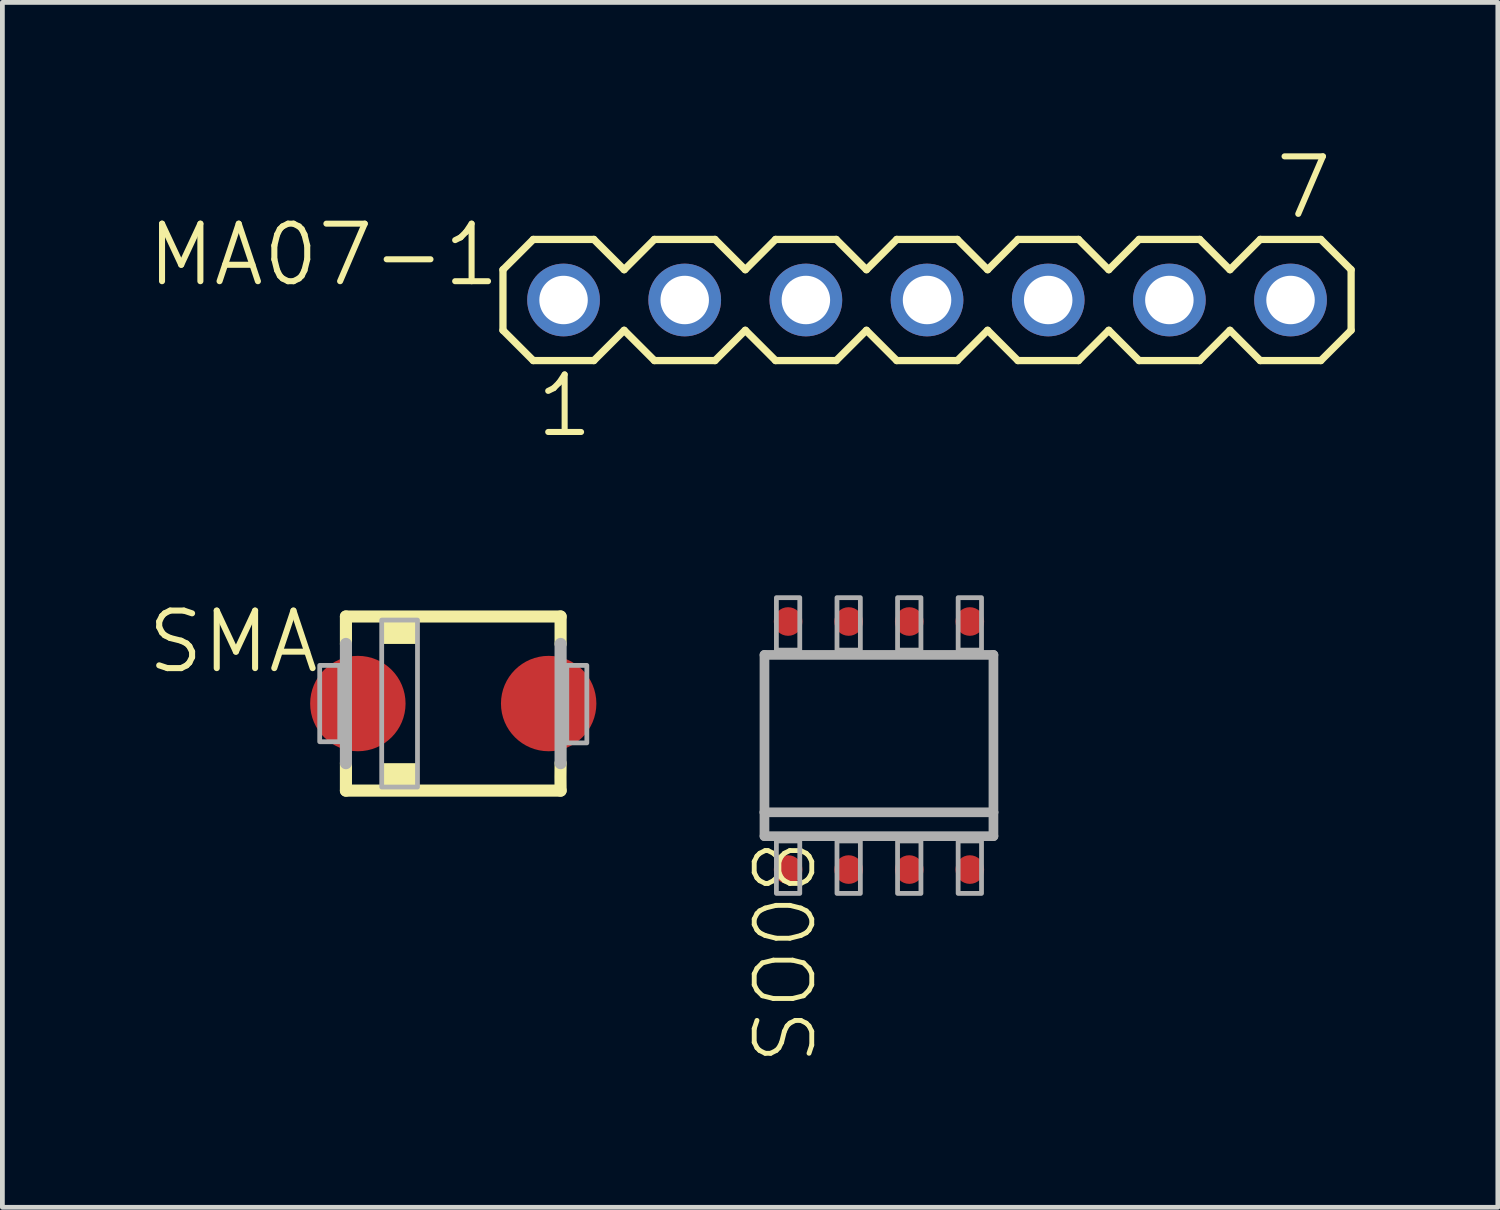
<source format=kicad_pcb>
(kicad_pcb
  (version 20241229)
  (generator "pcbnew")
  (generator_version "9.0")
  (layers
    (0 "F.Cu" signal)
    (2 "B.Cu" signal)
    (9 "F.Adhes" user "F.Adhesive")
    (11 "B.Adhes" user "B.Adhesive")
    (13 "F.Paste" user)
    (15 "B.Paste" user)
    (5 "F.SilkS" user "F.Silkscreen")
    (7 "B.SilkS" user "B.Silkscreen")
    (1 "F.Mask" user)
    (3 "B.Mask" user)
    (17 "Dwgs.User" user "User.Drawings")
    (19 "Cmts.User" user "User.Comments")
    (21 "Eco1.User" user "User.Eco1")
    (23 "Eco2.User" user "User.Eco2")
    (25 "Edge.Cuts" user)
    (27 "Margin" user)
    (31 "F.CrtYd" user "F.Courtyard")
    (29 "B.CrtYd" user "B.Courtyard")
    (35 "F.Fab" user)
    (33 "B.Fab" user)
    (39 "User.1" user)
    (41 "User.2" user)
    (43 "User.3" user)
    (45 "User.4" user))
  (footprint "SMA"
    (layer "F.Cu")
    (at 6.452 11.699)
    (property "Reference" "SMA" (at -2.75 -2 0) (layer "F.SilkS") (effects (font (size 1.206 1.206) (thickness 0.127)) (justify right top)))
    (attr through_hole)
    (fp_line (start -2.25 -1.825) (end -2.25 -1.25) (stroke (width 0.254) (type solid)) (layer "F.SilkS"))
    (fp_line (start -2.25 -1.825) (end 2.25 -1.825) (stroke (width 0.254) (type solid)) (layer "F.SilkS"))
    (fp_line (start -2.25 1.825) (end -2.25 1.25) (stroke (width 0.254) (type solid)) (layer "F.SilkS"))
    (fp_line (start 2.25 -1.825) (end 2.25 -1.25) (stroke (width 0.254) (type solid)) (layer "F.SilkS"))
    (fp_line (start 2.25 1.825) (end -2.25 1.825) (stroke (width 0.254) (type solid)) (layer "F.SilkS"))
    (fp_arc (start 2.25 1.825) (mid 2.247611 1.5375) (end 2.25 1.25) (stroke (width 0.254) (type solid)) (layer "F.SilkS"))
    (fp_poly (pts (xy -1.5 -1.25) (xy -0.75 -1.25) (xy -0.75 -1.75) (xy -1.5 -1.75)) (stroke (width 0) (type solid)) (fill yes) (layer "F.SilkS"))
    (fp_poly (pts (xy -1.5 1.75) (xy -0.75 1.75) (xy -0.75 1.25) (xy -1.5 1.25)) (stroke (width 0) (type solid)) (fill yes) (layer "F.SilkS"))
    (fp_line (start -2.25 1.25) (end -2.25 -1.25) (stroke (width 0.254) (type solid)) (layer "F.Fab"))
    (fp_line (start 2.25 -1.25) (end 2.25 1.25) (stroke (width 0.254) (type solid)) (layer "F.Fab"))
    (fp_poly (pts (xy -2.8 0.8) (xy -2.38 0.8) (xy -2.38 -0.8) (xy -2.8 -0.8)) (stroke (width 0.1) (type solid)) (fill no) (layer "F.Fab"))
    (fp_poly (pts (xy -1.5 1.75) (xy -0.75 1.75) (xy -0.75 -1.75) (xy -1.5 -1.75)) (stroke (width 0.1) (type solid)) (fill no) (layer "F.Fab"))
    (fp_poly (pts (xy 2.38 0.825) (xy 2.8 0.825) (xy 2.8 -0.8) (xy 2.38 -0.8)) (stroke (width 0.1) (type solid)) (fill no) (layer "F.Fab"))
    (pad "A" smd circle (at 2 0) (size 2 2) (layers "F.Cu" "F.Mask" "F.Paste"))
    (pad "C" smd circle (at -2 0) (size 2 2) (layers "F.Cu" "F.Mask" "F.Paste")))
  (footprint "MA07-1"
    (layer "F.Cu")
    (at 16.384 3.239)
    (property "Reference" "MA07-1" (at -8.89 -1.651 0) (layer "F.SilkS") (effects (font (size 1.206 1.206) (thickness 0.127)) (justify right top)))
    (attr through_hole)
    (fp_line (start -8.89 -0.635) (end -8.89 0.635) (stroke (width 0.152) (type solid)) (layer "F.SilkS"))
    (fp_line (start -8.89 0.635) (end -8.255 1.27) (stroke (width 0.152) (type solid)) (layer "F.SilkS"))
    (fp_line (start -8.255 -1.27) (end -8.89 -0.635) (stroke (width 0.152) (type solid)) (layer "F.SilkS"))
    (fp_line (start -8.255 -1.27) (end -6.985 -1.27) (stroke (width 0.152) (type solid)) (layer "F.SilkS"))
    (fp_line (start -6.985 -1.27) (end -6.35 -0.635) (stroke (width 0.152) (type solid)) (layer "F.SilkS"))
    (fp_line (start -6.985 1.27) (end -8.255 1.27) (stroke (width 0.152) (type solid)) (layer "F.SilkS"))
    (fp_line (start -6.35 -0.635) (end -5.715 -1.27) (stroke (width 0.152) (type solid)) (layer "F.SilkS"))
    (fp_line (start -6.35 0.635) (end -6.985 1.27) (stroke (width 0.152) (type solid)) (layer "F.SilkS"))
    (fp_line (start -5.715 -1.27) (end -4.445 -1.27) (stroke (width 0.152) (type solid)) (layer "F.SilkS"))
    (fp_line (start -5.715 1.27) (end -6.35 0.635) (stroke (width 0.152) (type solid)) (layer "F.SilkS"))
    (fp_line (start -4.445 -1.27) (end -3.81 -0.635) (stroke (width 0.152) (type solid)) (layer "F.SilkS"))
    (fp_line (start -4.445 1.27) (end -5.715 1.27) (stroke (width 0.152) (type solid)) (layer "F.SilkS"))
    (fp_line (start -3.81 -0.635) (end -3.175 -1.27) (stroke (width 0.152) (type solid)) (layer "F.SilkS"))
    (fp_line (start -3.81 0.635) (end -4.445 1.27) (stroke (width 0.152) (type solid)) (layer "F.SilkS"))
    (fp_line (start -3.175 -1.27) (end -1.905 -1.27) (stroke (width 0.152) (type solid)) (layer "F.SilkS"))
    (fp_line (start -3.175 1.27) (end -3.81 0.635) (stroke (width 0.152) (type solid)) (layer "F.SilkS"))
    (fp_line (start -1.905 -1.27) (end -1.27 -0.635) (stroke (width 0.152) (type solid)) (layer "F.SilkS"))
    (fp_line (start -1.905 1.27) (end -3.175 1.27) (stroke (width 0.152) (type solid)) (layer "F.SilkS"))
    (fp_line (start -1.27 0.635) (end -1.905 1.27) (stroke (width 0.152) (type solid)) (layer "F.SilkS"))
    (fp_line (start -1.27 0.635) (end -0.635 1.27) (stroke (width 0.152) (type solid)) (layer "F.SilkS"))
    (fp_line (start -0.635 -1.27) (end -1.27 -0.635) (stroke (width 0.152) (type solid)) (layer "F.SilkS"))
    (fp_line (start -0.635 -1.27) (end 0.635 -1.27) (stroke (width 0.152) (type solid)) (layer "F.SilkS"))
    (fp_line (start 0.635 -1.27) (end 1.27 -0.635) (stroke (width 0.152) (type solid)) (layer "F.SilkS"))
    (fp_line (start 0.635 1.27) (end -0.635 1.27) (stroke (width 0.152) (type solid)) (layer "F.SilkS"))
    (fp_line (start 1.27 -0.635) (end 1.905 -1.27) (stroke (width 0.152) (type solid)) (layer "F.SilkS"))
    (fp_line (start 1.27 0.635) (end 0.635 1.27) (stroke (width 0.152) (type solid)) (layer "F.SilkS"))
    (fp_line (start 1.905 -1.27) (end 3.175 -1.27) (stroke (width 0.152) (type solid)) (layer "F.SilkS"))
    (fp_line (start 1.905 1.27) (end 1.27 0.635) (stroke (width 0.152) (type solid)) (layer "F.SilkS"))
    (fp_line (start 3.175 -1.27) (end 3.81 -0.635) (stroke (width 0.152) (type solid)) (layer "F.SilkS"))
    (fp_line (start 3.175 1.27) (end 1.905 1.27) (stroke (width 0.152) (type solid)) (layer "F.SilkS"))
    (fp_line (start 3.81 -0.635) (end 4.445 -1.27) (stroke (width 0.152) (type solid)) (layer "F.SilkS"))
    (fp_line (start 3.81 0.635) (end 3.175 1.27) (stroke (width 0.152) (type solid)) (layer "F.SilkS"))
    (fp_line (start 4.445 -1.27) (end 5.715 -1.27) (stroke (width 0.152) (type solid)) (layer "F.SilkS"))
    (fp_line (start 4.445 1.27) (end 3.81 0.635) (stroke (width 0.152) (type solid)) (layer "F.SilkS"))
    (fp_line (start 5.715 -1.27) (end 6.35 -0.635) (stroke (width 0.152) (type solid)) (layer "F.SilkS"))
    (fp_line (start 5.715 1.27) (end 4.445 1.27) (stroke (width 0.152) (type solid)) (layer "F.SilkS"))
    (fp_line (start 6.35 0.635) (end 5.715 1.27) (stroke (width 0.152) (type solid)) (layer "F.SilkS"))
    (fp_line (start 6.35 0.635) (end 6.985 1.27) (stroke (width 0.152) (type solid)) (layer "F.SilkS"))
    (fp_line (start 6.985 -1.27) (end 6.35 -0.635) (stroke (width 0.152) (type solid)) (layer "F.SilkS"))
    (fp_line (start 6.985 -1.27) (end 8.255 -1.27) (stroke (width 0.152) (type solid)) (layer "F.SilkS"))
    (fp_line (start 8.255 -1.27) (end 8.89 -0.635) (stroke (width 0.152) (type solid)) (layer "F.SilkS"))
    (fp_line (start 8.255 1.27) (end 6.985 1.27) (stroke (width 0.152) (type solid)) (layer "F.SilkS"))
    (fp_line (start 8.89 -0.635) (end 8.89 0.635) (stroke (width 0.152) (type solid)) (layer "F.SilkS"))
    (fp_line (start 8.89 0.635) (end 8.255 1.27) (stroke (width 0.152) (type solid)) (layer "F.SilkS"))
    (fp_poly (pts (xy -7.874 0.254) (xy -7.366 0.254) (xy -7.366 -0.254) (xy -7.874 -0.254)) (stroke (width 0.1) (type solid)) (fill no) (layer "F.Fab"))
    (fp_poly (pts (xy -5.334 0.254) (xy -4.826 0.254) (xy -4.826 -0.254) (xy -5.334 -0.254)) (stroke (width 0.1) (type solid)) (fill no) (layer "F.Fab"))
    (fp_poly (pts (xy -2.794 0.254) (xy -2.286 0.254) (xy -2.286 -0.254) (xy -2.794 -0.254)) (stroke (width 0.1) (type solid)) (fill no) (layer "F.Fab"))
    (fp_poly (pts (xy -0.254 0.254) (xy 0.254 0.254) (xy 0.254 -0.254) (xy -0.254 -0.254)) (stroke (width 0.1) (type solid)) (fill no) (layer "F.Fab"))
    (fp_poly (pts (xy 2.286 0.254) (xy 2.794 0.254) (xy 2.794 -0.254) (xy 2.286 -0.254)) (stroke (width 0.1) (type solid)) (fill no) (layer "F.Fab"))
    (fp_poly (pts (xy 4.826 0.254) (xy 5.334 0.254) (xy 5.334 -0.254) (xy 4.826 -0.254)) (stroke (width 0.1) (type solid)) (fill no) (layer "F.Fab"))
    (fp_poly (pts (xy 7.366 0.254) (xy 7.874 0.254) (xy 7.874 -0.254) (xy 7.366 -0.254)) (stroke (width 0.1) (type solid)) (fill no) (layer "F.Fab"))
    (fp_text user "7" (at 7.239 -1.651 0) (layer "F.SilkS") (effects (font (size 1.206 1.206) (thickness 0.127)) (justify left bottom)))
    (fp_text user "1" (at -8.255 2.921 0) (layer "F.SilkS") (effects (font (size 1.206 1.206) (thickness 0.127)) (justify left bottom)))
    (pad "1" thru_hole circle (at -7.62 0 90) (size 1.524 1.524) (drill 1.016) (layers "*.Cu" "*.Mask"))
    (pad "2" thru_hole circle (at -5.08 0 90) (size 1.524 1.524) (drill 1.016) (layers "*.Cu" "*.Mask"))
    (pad "3" thru_hole circle (at -2.54 0 90) (size 1.524 1.524) (drill 1.016) (layers "*.Cu" "*.Mask"))
    (pad "4" thru_hole circle (at 0 0 90) (size 1.524 1.524) (drill 1.016) (layers "*.Cu" "*.Mask"))
    (pad "5" thru_hole circle (at 2.54 0 90) (size 1.524 1.524) (drill 1.016) (layers "*.Cu" "*.Mask"))
    (pad "6" thru_hole circle (at 5.08 0 90) (size 1.524 1.524) (drill 1.016) (layers "*.Cu" "*.Mask"))
    (pad "7" thru_hole circle (at 7.62 0 90) (size 1.524 1.524) (drill 1.016) (layers "*.Cu" "*.Mask")))
  (footprint "SO08"
    (layer "F.Cu")
    (at 15.376 12.579)
    (property "Reference" "SO08" (at -2.667 1.905 90) (layer "F.SilkS") (effects (font (size 1.206 1.206) (thickness 0.102)) (justify right top)))
    (attr through_hole)
    (fp_line (start -2.4 -1.9) (end 2.4 -1.9) (stroke (width 0.203) (type solid)) (layer "F.Fab"))
    (fp_line (start -2.4 1.4) (end -2.4 -1.9) (stroke (width 0.203) (type solid)) (layer "F.Fab"))
    (fp_line (start -2.4 1.9) (end -2.4 1.4) (stroke (width 0.203) (type solid)) (layer "F.Fab"))
    (fp_line (start 2.4 -1.9) (end 2.4 1.4) (stroke (width 0.203) (type solid)) (layer "F.Fab"))
    (fp_line (start 2.4 1.4) (end -2.4 1.4) (stroke (width 0.203) (type solid)) (layer "F.Fab"))
    (fp_line (start 2.4 1.4) (end 2.4 1.9) (stroke (width 0.203) (type solid)) (layer "F.Fab"))
    (fp_line (start 2.4 1.9) (end -2.4 1.9) (stroke (width 0.203) (type solid)) (layer "F.Fab"))
    (fp_poly (pts (xy -2.15 -2) (xy -1.66 -2) (xy -1.66 -3.1) (xy -2.15 -3.1)) (stroke (width 0.1) (type solid)) (fill no) (layer "F.Fab"))
    (fp_poly (pts (xy -2.15 3.1) (xy -1.66 3.1) (xy -1.66 2) (xy -2.15 2)) (stroke (width 0.1) (type solid)) (fill no) (layer "F.Fab"))
    (fp_poly (pts (xy -0.88 -2) (xy -0.39 -2) (xy -0.39 -3.1) (xy -0.88 -3.1)) (stroke (width 0.1) (type solid)) (fill no) (layer "F.Fab"))
    (fp_poly (pts (xy -0.88 3.1) (xy -0.39 3.1) (xy -0.39 2) (xy -0.88 2)) (stroke (width 0.1) (type solid)) (fill no) (layer "F.Fab"))
    (fp_poly (pts (xy 0.39 -2) (xy 0.88 -2) (xy 0.88 -3.1) (xy 0.39 -3.1)) (stroke (width 0.1) (type solid)) (fill no) (layer "F.Fab"))
    (fp_poly (pts (xy 0.39 3.1) (xy 0.88 3.1) (xy 0.88 2) (xy 0.39 2)) (stroke (width 0.1) (type solid)) (fill no) (layer "F.Fab"))
    (fp_poly (pts (xy 1.66 -2) (xy 2.15 -2) (xy 2.15 -3.1) (xy 1.66 -3.1)) (stroke (width 0.1) (type solid)) (fill no) (layer "F.Fab"))
    (fp_poly (pts (xy 1.66 3.1) (xy 2.15 3.1) (xy 2.15 2) (xy 1.66 2)) (stroke (width 0.1) (type solid)) (fill no) (layer "F.Fab"))
    (pad "1" smd circle (at -1.905 2.6) (size 0.6 0.6) (layers "F.Cu" "F.Mask" "F.Paste"))
    (pad "2" smd circle (at -0.635 2.6) (size 0.6 0.6) (layers "F.Cu" "F.Mask" "F.Paste"))
    (pad "3" smd circle (at 0.635 2.6) (size 0.6 0.6) (layers "F.Cu" "F.Mask" "F.Paste"))
    (pad "4" smd circle (at 1.905 2.6) (size 0.6 0.6) (layers "F.Cu" "F.Mask" "F.Paste"))
    (pad "5" smd circle (at 1.905 -2.6) (size 0.6 0.6) (layers "F.Cu" "F.Mask" "F.Paste"))
    (pad "6" smd circle (at 0.635 -2.6) (size 0.6 0.6) (layers "F.Cu" "F.Mask" "F.Paste"))
    (pad "7" smd circle (at -0.635 -2.6) (size 0.6 0.6) (layers "F.Cu" "F.Mask" "F.Paste"))
    (pad "8" smd circle (at -1.905 -2.6) (size 0.6 0.6) (layers "F.Cu" "F.Mask" "F.Paste")))
  (gr_rect
    (start -3 -3)
    (end 28.35 22.259)
    (stroke (width 0.1) (type default))
    (fill no)
    (layer "Edge.Cuts")))
</source>
